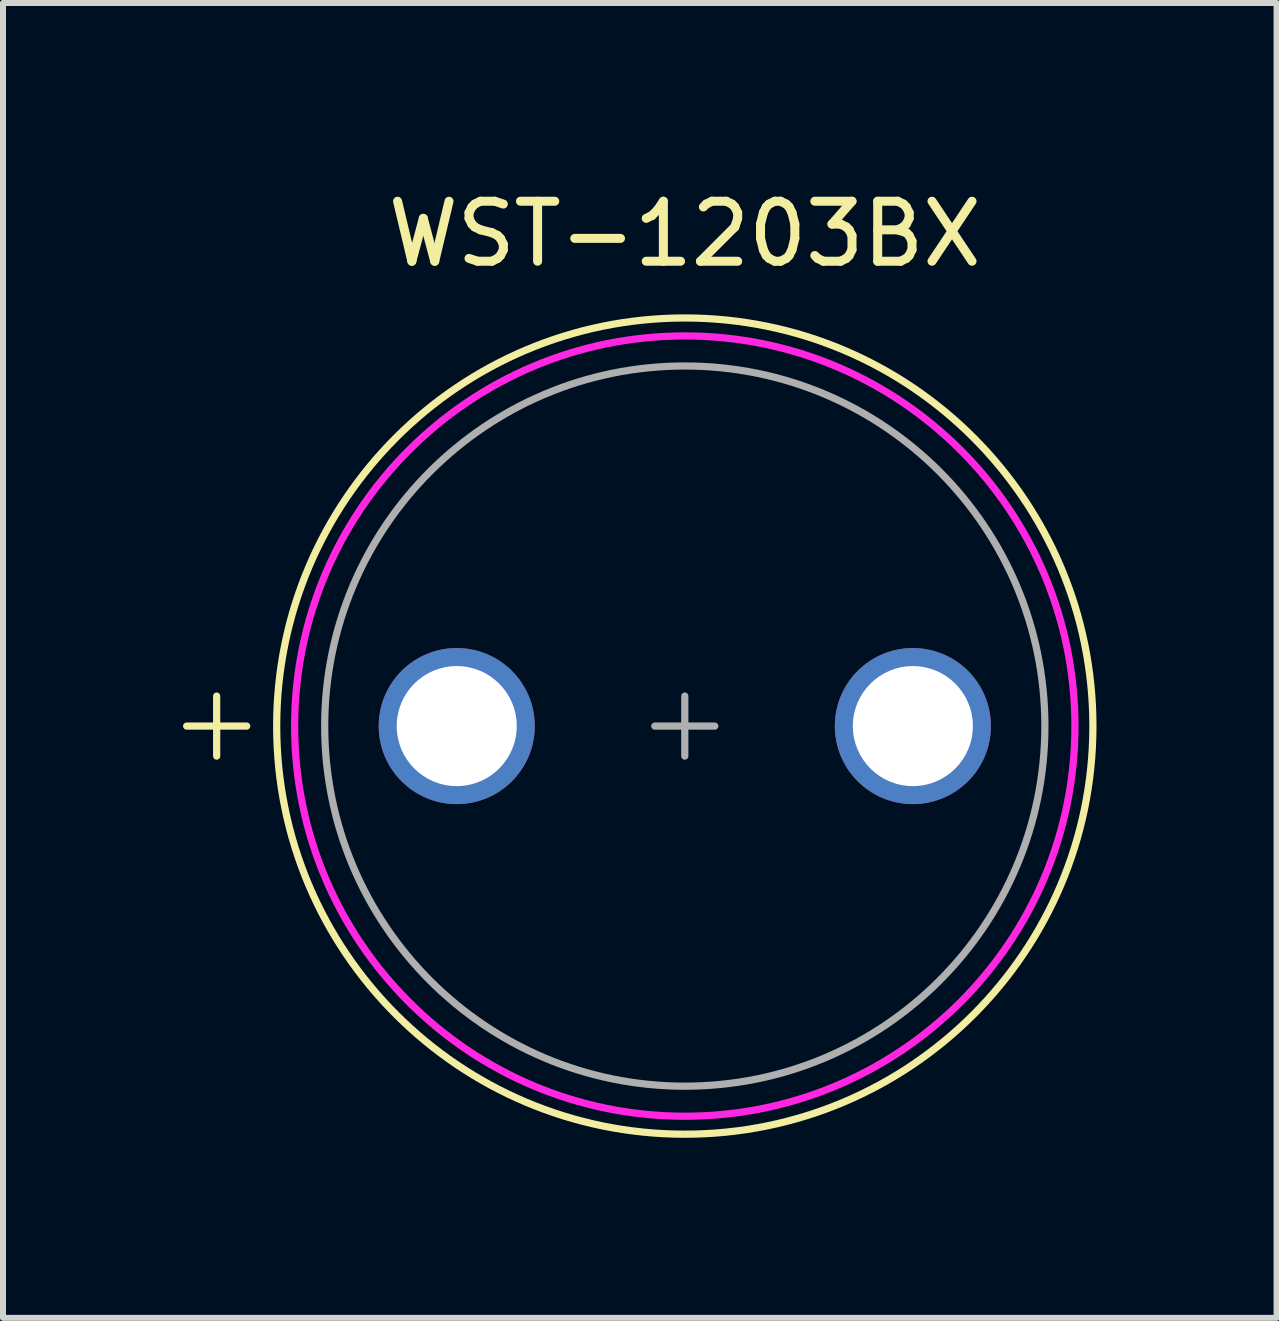
<source format=kicad_pcb>
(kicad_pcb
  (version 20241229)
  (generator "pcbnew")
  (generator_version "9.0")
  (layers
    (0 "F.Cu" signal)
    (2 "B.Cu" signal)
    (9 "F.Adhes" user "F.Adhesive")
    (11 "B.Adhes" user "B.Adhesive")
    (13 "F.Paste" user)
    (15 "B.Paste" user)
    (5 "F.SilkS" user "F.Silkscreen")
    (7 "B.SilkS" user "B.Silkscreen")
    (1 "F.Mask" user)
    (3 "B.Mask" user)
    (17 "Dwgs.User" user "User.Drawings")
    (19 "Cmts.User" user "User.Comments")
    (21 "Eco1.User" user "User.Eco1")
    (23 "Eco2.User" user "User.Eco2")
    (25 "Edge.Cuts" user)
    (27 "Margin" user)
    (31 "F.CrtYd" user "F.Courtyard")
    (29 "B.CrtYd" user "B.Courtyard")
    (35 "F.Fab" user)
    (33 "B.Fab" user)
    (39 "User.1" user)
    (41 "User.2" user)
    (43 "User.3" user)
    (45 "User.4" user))
  (footprint "WST-1203BX"
    (layer "F.Cu")
    (at 8.36 9.048)
    (property "Reference" "WST-1203BX" (at 0 -8.2 0) (layer "F.SilkS") (effects (font (size 1 1) (thickness 0.15))))
    (attr through_hole)
    (fp_line (start -8.3 0) (end -7.3 0) (stroke (width 0.12) (type solid)) (layer "F.SilkS"))
    (fp_line (start -7.8 -0.5) (end -7.8 0.5) (stroke (width 0.12) (type solid)) (layer "F.SilkS"))
    (fp_circle (center 0 0) (end 6.8 0) (stroke (width 0.12) (type solid)) (fill no) (layer "F.SilkS"))
    (fp_circle (center 0 0) (end 6.5 0.1) (stroke (width 0.12) (type solid)) (fill no) (layer "F.CrtYd"))
    (fp_line (start -4.4 0) (end -3.4 0) (stroke (width 0.12) (type solid)) (layer "F.Fab"))
    (fp_line (start -3.9 -0.5) (end -3.9 0.5) (stroke (width 0.12) (type solid)) (layer "F.Fab"))
    (fp_line (start -0.5 0) (end 0.5 0) (stroke (width 0.12) (type solid)) (layer "F.Fab"))
    (fp_line (start 0 -0.5) (end 0 0.5) (stroke (width 0.12) (type solid)) (layer "F.Fab"))
    (fp_circle (center 0 0) (end 6 0) (stroke (width 0.12) (type solid)) (fill no) (layer "F.Fab"))
    (pad "1" thru_hole circle (at -3.8 0) (size 2.6 2.6) (drill 2) (layers "*.Cu" "*.Mask"))
    (pad "2" thru_hole circle (at 3.8 0) (size 2.6 2.6) (drill 2) (layers "*.Cu" "*.Mask")))
  (gr_rect
    (start -3 -3)
    (end 18.22 18.908)
    (stroke (width 0.1) (type default))
    (fill no)
    (layer "Edge.Cuts")))
</source>
